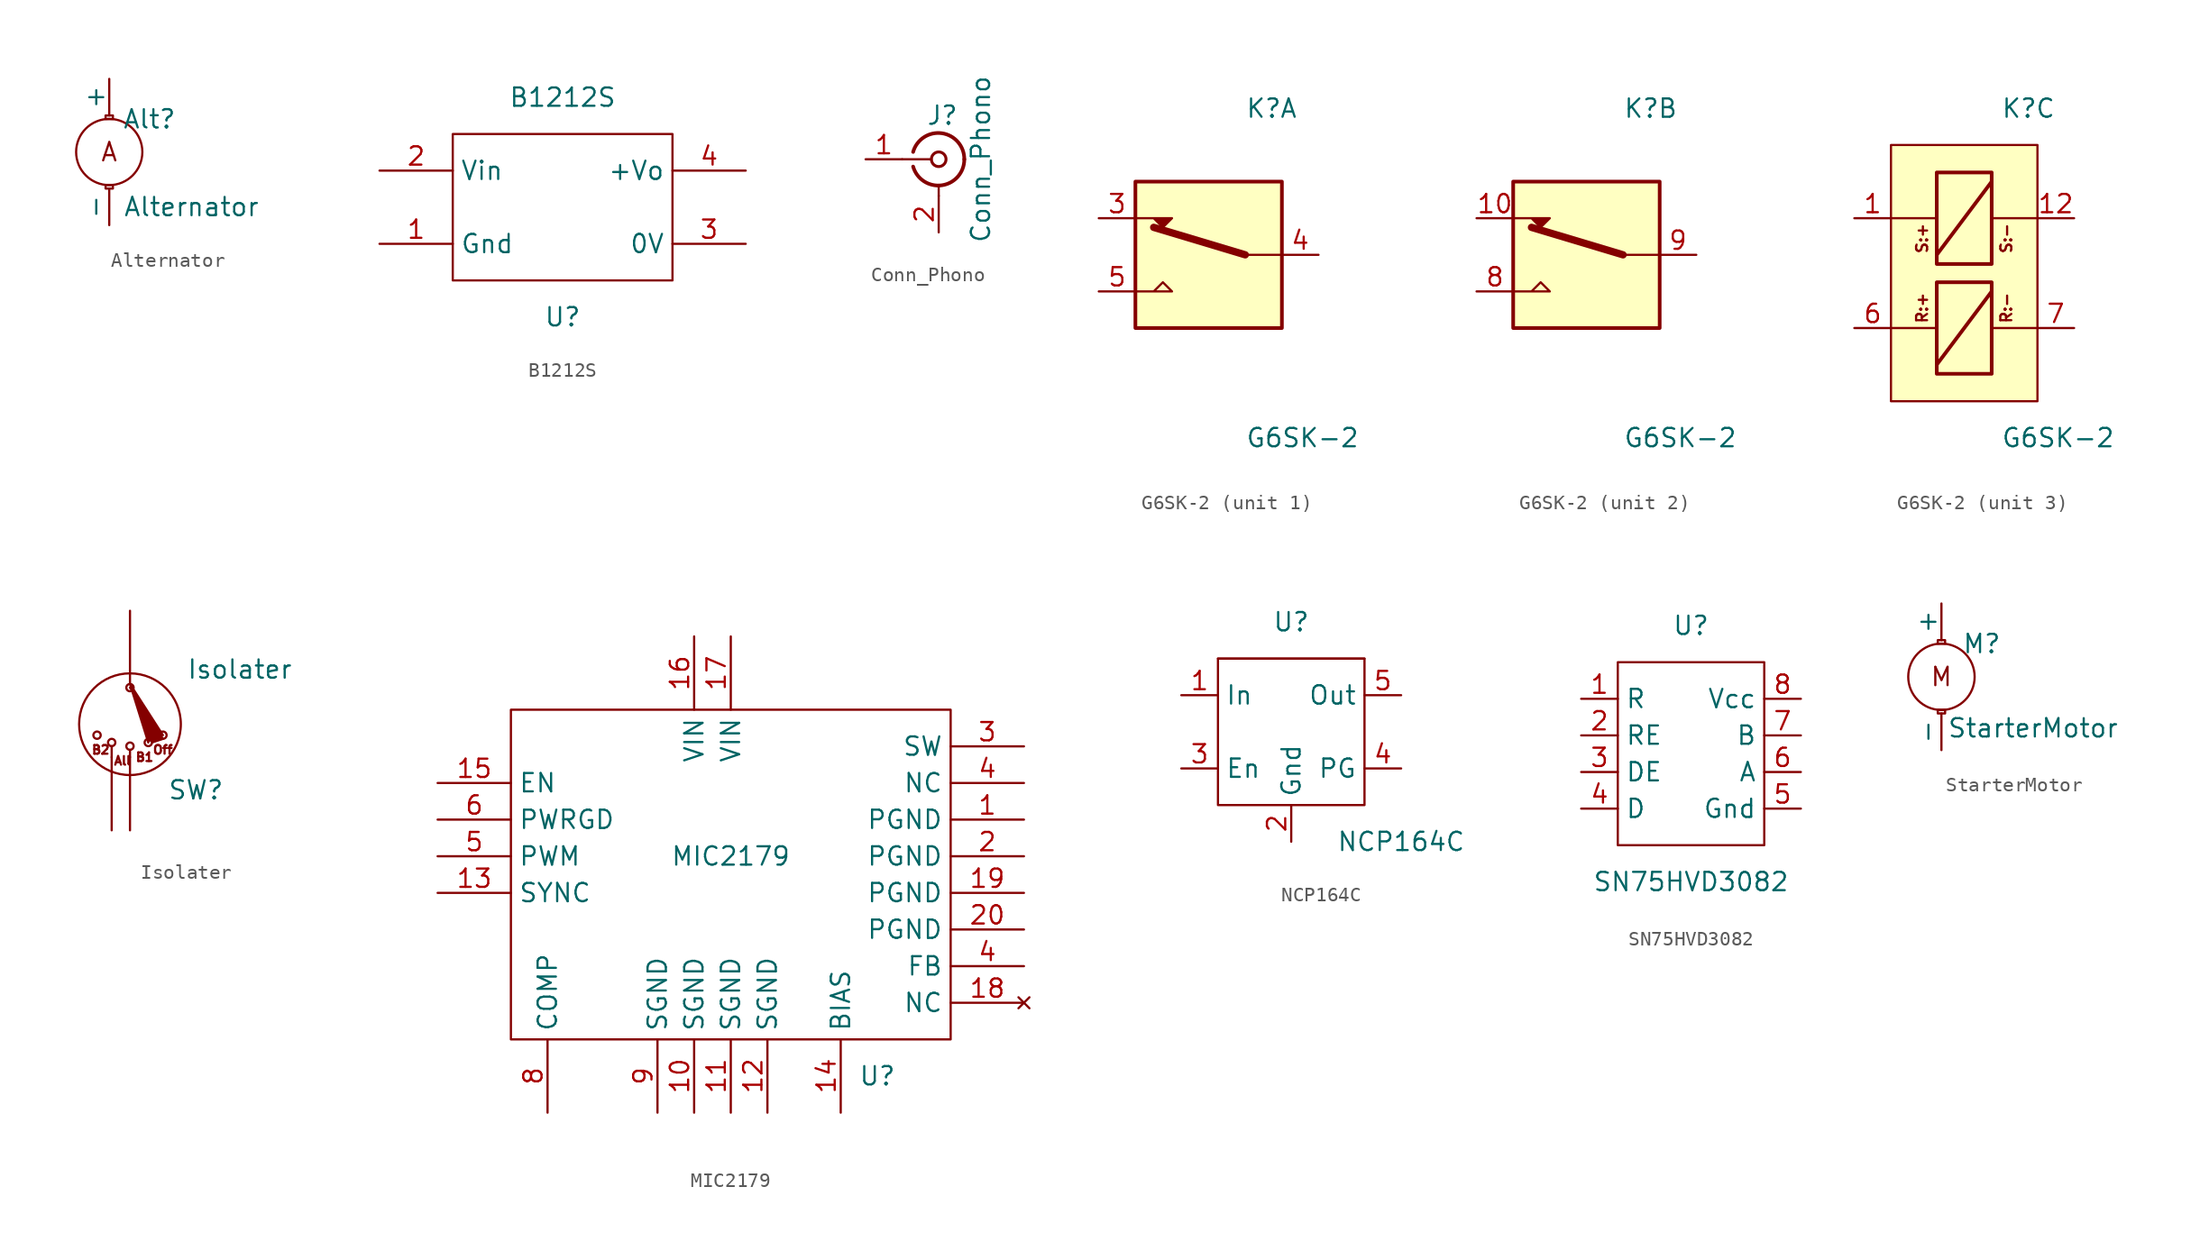
<source format=kicad_sym>
(kicad_symbol_lib
  (version 20211014)
  (generator kicad_symbol_editor)
  (symbol "Alternator"
    (pin_numbers hide)
    (pin_names
      (offset 0))
    (property "Reference" "Alt"
      (at 2.794 2.286 0)
      (effects (font (size 1.27 1.27))))
    (property "Value" "Alternator"
      (at 5.715 -3.81 0)
      (effects (font (size 1.27 1.27))))
    (symbol "Alternator_0_0"
      (rectangle (start -0.254 -2.54) (end 0.254 -2.286) (stroke (width 0) (type default) (color 0 0 0 0)) (fill (type none)))
      (rectangle (start -0.254 2.286) (end 0.254 2.54) (stroke (width 0) (type default) (color 0 0 0 0)) (fill (type none)))
      (circle (center 0 0) (radius 2.3) (stroke (width 0) (type default) (color 0 0 0 0)) (fill (type none)))
      (text "A" (at 0 0 0) (effects (font (size 1.27 1.27)))))
    (symbol "Alternator_1_1"
      (pin passive line (at 0 5.08 270) (length 2.54) (name "+" (effects (font (size 1.27 1.27)))) (number "1" (effects (font (size 1.27 1.27)))))
      (pin passive line (at 0 -5.08 90) (length 2.54) (name "-" (effects (font (size 1.27 1.27)))) (number "2" (effects (font (size 1.27 1.27)))))))
  (symbol "B1212S"
    (property "Reference" "U"
      (at 0 -8.89 0)
      (effects (font (size 1.27 1.27))))
    (property "Value" "B1212S"
      (at 0 6.35 0)
      (effects (font (size 1.27 1.27))))
    (symbol "B1212S_0_1"
      (rectangle (start -7.62 3.81) (end 7.62 -6.35) (stroke (width 0) (type default) (color 0 0 0 0)) (fill (type none))))
    (symbol "B1212S_1_1"
      (pin power_in line (at -12.7 -3.81 0) (length 5.08) (name "Gnd" (effects (font (size 1.27 1.27)))) (number "1" (effects (font (size 1.27 1.27)))))
      (pin power_in line (at -12.7 1.27 0) (length 5.08) (name "Vin" (effects (font (size 1.27 1.27)))) (number "2" (effects (font (size 1.27 1.27)))))
      (pin power_out line (at 12.7 -3.81 180) (length 5.08) (name "0V" (effects (font (size 1.27 1.27)))) (number "3" (effects (font (size 1.27 1.27)))))
      (pin power_out line (at 12.7 1.27 180) (length 5.08) (name "+Vo" (effects (font (size 1.27 1.27)))) (number "4" (effects (font (size 1.27 1.27)))))))
  (symbol "Conn_Phono"
    (pin_names
      (offset 1.016) hide)
    (property "Reference" "J"
      (at 0.254 3.048 0)
      (effects (font (size 1.27 1.27))))
    (property "Value" "Conn_Phono"
      (at 2.921 0 90)
      (effects (font (size 1.27 1.27))))
    (symbol "Conn_Phono_0_1"
      (arc (start -1.778 -0.508) (mid 0.222 -1.808) (end 1.778 0) (stroke (width 0.254) (type default) (color 0 0 0 0)) (fill (type none)))
      (polyline (pts (xy -2.54 0) (xy -0.508 0)) (stroke (width 0) (type default) (color 0 0 0 0)) (fill (type none)))
      (polyline (pts (xy 0 -2.54) (xy 0 -1.778)) (stroke (width 0) (type default) (color 0 0 0 0)) (fill (type none)))
      (circle (center 0 0) (radius 0.508) (stroke (width 0.203) (type default) (color 0 0 0 0)) (fill (type none)))
      (arc (start 1.778 0) (mid 0.222 1.8083) (end -1.778 0.508) (stroke (width 0.254) (type default) (color 0 0 0 0)) (fill (type none))))
    (symbol "Conn_Phono_1_1"
      (pin passive line (at -5.08 0 0) (length 2.54) (name "In" (effects (font (size 1.27 1.27)))) (number "1" (effects (font (size 1.27 1.27)))))
      (pin passive line (at 0 -5.08 90) (length 2.54) (name "Ext" (effects (font (size 1.27 1.27)))) (number "2" (effects (font (size 1.27 1.27)))))))
  (symbol "G6SK-2"
    (property "Reference" "K"
      (at 2.54 10.16 0)
      (effects (font (size 1.27 1.27)) (justify left)))
    (property "Value" "G6SK-2"
      (at 2.54 -12.7 0)
      (effects (font (size 1.27 1.27)) (justify left)))
    (property "ki_locked" ""
      (at 0 0 0)
      (effects (font (size 1.27 1.27))))
    (symbol "G6SK-2_1_1"
      (rectangle (start -5.08 5.08) (end 5.08 -5.08) (stroke (width 0.254) (type default) (color 0 0 0 0)) (fill (type background)))
      (polyline (pts (xy 2.54 0) (xy -3.81 1.905)) (stroke (width 0.508) (type default) (color 0 0 0 0)) (fill (type none)))
      (polyline (pts (xy 2.54 0) (xy 5.08 0)) (stroke (width 0) (type default) (color 0 0 0 0)) (fill (type none)))
      (polyline (pts (xy -5.08 -2.54) (xy -2.54 -2.54) (xy -3.175 -1.905) (xy -3.81 -2.54)) (stroke (width 0) (type default) (color 0 0 0 0)) (fill (type none)))
      (polyline (pts (xy -5.08 2.54) (xy -2.54 2.54) (xy -3.175 1.905) (xy -3.81 2.54)) (stroke (width 0) (type default) (color 0 0 0 0)) (fill (type outline)))
      (pin passive line (at -7.62 2.54 0) (length 2.54) (name "~" (effects (font (size 1.27 1.27)))) (number "3" (effects (font (size 1.27 1.27)))))
      (pin passive line (at 7.62 0 180) (length 2.54) (name "~" (effects (font (size 1.27 1.27)))) (number "4" (effects (font (size 1.27 1.27)))))
      (pin passive line (at -7.62 -2.54 0) (length 2.54) (name "~" (effects (font (size 1.27 1.27)))) (number "5" (effects (font (size 1.27 1.27))))))
    (symbol "G6SK-2_2_1"
      (rectangle (start -5.08 5.08) (end 5.08 -5.08) (stroke (width 0.254) (type default) (color 0 0 0 0)) (fill (type background)))
      (polyline (pts (xy 2.54 0) (xy -3.81 1.905)) (stroke (width 0.508) (type default) (color 0 0 0 0)) (fill (type none)))
      (polyline (pts (xy 2.54 0) (xy 5.08 0)) (stroke (width 0) (type default) (color 0 0 0 0)) (fill (type none)))
      (polyline (pts (xy -5.08 -2.54) (xy -2.54 -2.54) (xy -3.175 -1.905) (xy -3.81 -2.54)) (stroke (width 0) (type default) (color 0 0 0 0)) (fill (type none)))
      (polyline (pts (xy -5.08 2.54) (xy -2.54 2.54) (xy -3.175 1.905) (xy -3.81 2.54)) (stroke (width 0) (type default) (color 0 0 0 0)) (fill (type outline)))
      (pin passive line (at -7.62 2.54 0) (length 2.54) (name "~" (effects (font (size 1.27 1.27)))) (number "10" (effects (font (size 1.27 1.27)))))
      (pin passive line (at -7.62 -2.54 0) (length 2.54) (name "~" (effects (font (size 1.27 1.27)))) (number "8" (effects (font (size 1.27 1.27)))))
      (pin passive line (at 7.62 0 180) (length 2.54) (name "~" (effects (font (size 1.27 1.27)))) (number "9" (effects (font (size 1.27 1.27))))))
    (symbol "G6SK-2_3_0"
      (text "R:+" (at -2.921 -3.683 900) (effects (font (size 0.762 0.762))))
      (text "R:-" (at 2.921 -3.683 900) (effects (font (size 0.762 0.762))))
      (text "S:+" (at -2.921 1.143 900) (effects (font (size 0.762 0.762))))
      (text "S:-" (at 2.921 1.143 900) (effects (font (size 0.762 0.762)))))
    (symbol "G6SK-2_3_1"
      (rectangle (start -5.08 7.62) (end 5.08 -10.16) (stroke (width 0) (type default) (color 0 0 0 0)) (fill (type background)))
      (polyline (pts (xy -5.08 -5.08) (xy -1.905 -5.08)) (stroke (width 0) (type default) (color 0 0 0 0)) (fill (type none)))
      (polyline (pts (xy -5.08 2.54) (xy -1.905 2.54)) (stroke (width 0) (type default) (color 0 0 0 0)) (fill (type none)))
      (polyline (pts (xy 1.905 -2.54) (xy -1.905 -7.62)) (stroke (width 0.254) (type default) (color 0 0 0 0)) (fill (type none)))
      (polyline (pts (xy 1.905 5.08) (xy -1.905 0)) (stroke (width 0.254) (type default) (color 0 0 0 0)) (fill (type none)))
      (polyline (pts (xy 5.08 -5.08) (xy 1.905 -5.08)) (stroke (width 0) (type default) (color 0 0 0 0)) (fill (type none)))
      (polyline (pts (xy 5.08 2.54) (xy 1.905 2.54)) (stroke (width 0) (type default) (color 0 0 0 0)) (fill (type none)))
      (rectangle (start 1.905 -8.255) (end -1.905 -1.905) (stroke (width 0.254) (type default) (color 0 0 0 0)) (fill (type none)))
      (rectangle (start 1.905 -0.635) (end -1.905 5.715) (stroke (width 0.254) (type default) (color 0 0 0 0)) (fill (type none)))
      (pin passive line (at -7.62 2.54 0) (length 2.54) (name "~" (effects (font (size 1.27 1.27)))) (number "1" (effects (font (size 1.27 1.27)))))
      (pin passive line (at 7.62 2.54 180) (length 2.54) (name "~" (effects (font (size 1.27 1.27)))) (number "12" (effects (font (size 1.27 1.27)))))
      (pin passive line (at -7.62 -5.08 0) (length 2.54) (name "~" (effects (font (size 1.27 1.27)))) (number "6" (effects (font (size 1.27 1.27)))))
      (pin passive line (at 7.62 -5.08 180) (length 2.54) (name "~" (effects (font (size 1.27 1.27)))) (number "7" (effects (font (size 1.27 1.27)))))))
  (symbol "Isolater"
    (pin_numbers hide)
    (pin_names hide)
    (property "Reference" "SW"
      (at 4.572 -4.826 0)
      (effects (font (size 1.27 1.27))))
    (property "Value" "Isolater"
      (at 7.62 3.556 0)
      (effects (font (size 1.27 1.27))))
    (symbol "Isolater_0_0"
      (circle (center 0 -0.254) (radius 3.529) (stroke (width 0) (type default) (color 0 0 0 0)) (fill (type none)))
      (text "All" (at -0.508 -2.794 0) (effects (font (size 0.6 0.6))))
      (text "B1" (at 1.016 -2.54 0) (effects (font (size 0.6 0.6))))
      (text "B2" (at -2.032 -2.032 0) (effects (font (size 0.6 0.6))))
      (text "Off" (at 2.286 -2.032 0) (effects (font (size 0.6 0.6)))))
    (symbol "Isolater_0_1"
      (circle (center -2.286 -1.016) (radius 0.254) (stroke (width 0) (type default) (color 0 0 0 0)) (fill (type none)))
      (circle (center -1.27 -1.524) (radius 0.254) (stroke (width 0) (type default) (color 0 0 0 0)) (fill (type none)))
      (circle (center 0 -1.778) (radius 0.254) (stroke (width 0) (type default) (color 0 0 0 0)) (fill (type none)))
      (polyline (pts (xy -1.27 -2.54) (xy -1.27 -1.778)) (stroke (width 0) (type default) (color 0 0 0 0)) (fill (type none)))
      (polyline (pts (xy 0 -2.54) (xy 0 -2.032)) (stroke (width 0) (type default) (color 0 0 0 0)) (fill (type none)))
      (polyline (pts (xy 0 2.286) (xy 2.286 -1.27) (xy 1.524 -1.524)) (stroke (width 0) (type default) (color 0 0 0 0)) (fill (type outline)))
      (polyline (pts (xy 1.27 -1.524) (xy 0 2.54) (xy 2.286 -1.016)) (stroke (width 0) (type default) (color 0 0 0 0)) (fill (type outline)))
      (circle (center 0 2.286) (radius 0.254) (stroke (width 0) (type default) (color 0 0 0 0)) (fill (type none)))
      (circle (center 1.27 -1.524) (radius 0.254) (stroke (width 0) (type default) (color 0 0 0 0)) (fill (type none)))
      (circle (center 2.286 -1.016) (radius 0.254) (stroke (width 0) (type default) (color 0 0 0 0)) (fill (type none)))
      (pin passive line (at 0 -7.62 90) (length 5.08) (name "B1" (effects (font (size 1.27 1.27)))) (number "1" (effects (font (size 1.27 1.27)))))
      (pin passive line (at -1.27 -7.62 90) (length 5.08) (name "B2" (effects (font (size 1.27 1.27)))) (number "2" (effects (font (size 1.27 1.27)))))
      (pin passive line (at 0 7.62 270) (length 5.08) (name "Out" (effects (font (size 1.27 1.27)))) (number "3" (effects (font (size 1.27 1.27)))))))
  (symbol "MIC2179"
    (property "Reference" "U"
      (at 10.16 -12.7 0)
      (effects (font (size 1.27 1.27))))
    (property "Value" "MIC2179"
      (at 0 2.54 0)
      (effects (font (size 1.27 1.27))))
    (symbol "MIC2179_0_1"
      (rectangle (start -15.24 12.7) (end 15.24 -10.16) (stroke (width 0) (type default) (color 0 0 0 0)) (fill (type none))))
    (symbol "MIC2179_1_1"
      (pin power_out line (at 20.32 5.08 180) (length 5.08) (name "PGND" (effects (font (size 1.27 1.27)))) (number "1" (effects (font (size 1.27 1.27)))))
      (pin power_in line (at -2.54 -15.24 90) (length 5.08) (name "SGND" (effects (font (size 1.27 1.27)))) (number "10" (effects (font (size 1.27 1.27)))))
      (pin power_in line (at 0 -15.24 90) (length 5.08) (name "SGND" (effects (font (size 1.27 1.27)))) (number "11" (effects (font (size 1.27 1.27)))))
      (pin power_in line (at 2.54 -15.24 90) (length 5.08) (name "SGND" (effects (font (size 1.27 1.27)))) (number "12" (effects (font (size 1.27 1.27)))))
      (pin input line (at -20.32 0 0) (length 5.08) (name "SYNC" (effects (font (size 1.27 1.27)))) (number "13" (effects (font (size 1.27 1.27)))))
      (pin input line (at 7.62 -15.24 90) (length 5.08) (name "BIAS" (effects (font (size 1.27 1.27)))) (number "14" (effects (font (size 1.27 1.27)))))
      (pin input line (at -20.32 7.62 0) (length 5.08) (name "EN" (effects (font (size 1.27 1.27)))) (number "15" (effects (font (size 1.27 1.27)))))
      (pin power_in line (at -2.54 17.78 270) (length 5.08) (name "VIN" (effects (font (size 1.27 1.27)))) (number "16" (effects (font (size 1.27 1.27)))))
      (pin power_in line (at 0 17.78 270) (length 5.08) (name "VIN" (effects (font (size 1.27 1.27)))) (number "17" (effects (font (size 1.27 1.27)))))
      (pin no_connect line (at 20.32 -7.62 180) (length 5.08) (name "NC" (effects (font (size 1.27 1.27)))) (number "18" (effects (font (size 1.27 1.27)))))
      (pin power_out line (at 20.32 0 180) (length 5.08) (name "PGND" (effects (font (size 1.27 1.27)))) (number "19" (effects (font (size 1.27 1.27)))))
      (pin power_out line (at 20.32 2.54 180) (length 5.08) (name "PGND" (effects (font (size 1.27 1.27)))) (number "2" (effects (font (size 1.27 1.27)))))
      (pin power_out line (at 20.32 -2.54 180) (length 5.08) (name "PGND" (effects (font (size 1.27 1.27)))) (number "20" (effects (font (size 1.27 1.27)))))
      (pin power_out line (at 20.32 10.16 180) (length 5.08) (name "SW" (effects (font (size 1.27 1.27)))) (number "3" (effects (font (size 1.27 1.27)))))
      (pin input line (at 20.32 -5.08 180) (length 5.08) (name "FB" (effects (font (size 1.27 1.27)))) (number "4" (effects (font (size 1.27 1.27)))))
      (pin passive line (at 20.32 7.62 180) (length 5.08) (name "NC" (effects (font (size 1.27 1.27)))) (number "4" (effects (font (size 1.27 1.27)))))
      (pin input line (at -20.32 2.54 0) (length 5.08) (name "PWM" (effects (font (size 1.27 1.27)))) (number "5" (effects (font (size 1.27 1.27)))))
      (pin input line (at -20.32 5.08 0) (length 5.08) (name "PWRGD" (effects (font (size 1.27 1.27)))) (number "6" (effects (font (size 1.27 1.27)))))
      (pin input line (at -12.7 -15.24 90) (length 5.08) (name "COMP" (effects (font (size 1.27 1.27)))) (number "8" (effects (font (size 1.27 1.27)))))
      (pin power_in line (at -5.08 -15.24 90) (length 5.08) (name "SGND" (effects (font (size 1.27 1.27)))) (number "9" (effects (font (size 1.27 1.27)))))))
  (symbol "NCP164C"
    (property "Reference" "U"
      (at 0 7.62 0)
      (effects (font (size 1.27 1.27))))
    (property "Value" "NCP164C"
      (at 7.62 -7.62 0)
      (effects (font (size 1.27 1.27))))
    (symbol "NCP164C_0_1"
      (rectangle (start -5.08 5.08) (end 5.08 5.08) (stroke (width 0) (type default) (color 0 0 0 0)) (fill (type none)))
      (rectangle (start 5.08 5.08) (end -5.08 -5.08) (stroke (width 0) (type default) (color 0 0 0 0)) (fill (type none))))
    (symbol "NCP164C_1_1"
      (pin input line (at -7.62 2.54 0) (length 2.54) (name "In" (effects (font (size 1.27 1.27)))) (number "1" (effects (font (size 1.27 1.27)))))
      (pin input line (at 0 -7.62 90) (length 2.54) (name "Gnd" (effects (font (size 1.27 1.27)))) (number "2" (effects (font (size 1.27 1.27)))))
      (pin input line (at -7.62 -2.54 0) (length 2.54) (name "En" (effects (font (size 1.27 1.27)))) (number "3" (effects (font (size 1.27 1.27)))))
      (pin output line (at 7.62 -2.54 180) (length 2.54) (name "PG" (effects (font (size 1.27 1.27)))) (number "4" (effects (font (size 1.27 1.27)))))
      (pin output line (at 7.62 2.54 180) (length 2.54) (name "Out" (effects (font (size 1.27 1.27)))) (number "5" (effects (font (size 1.27 1.27)))))))
  (symbol "SN75HVD3082"
    (property "Reference" "U"
      (at 0 7.62 0)
      (effects (font (size 1.27 1.27))))
    (property "Value" "SN75HVD3082"
      (at 0 -10.16 0)
      (effects (font (size 1.27 1.27))))
    (symbol "SN75HVD3082_0_1"
      (rectangle (start -5.08 5.08) (end 5.08 -7.62) (stroke (width 0) (type default) (color 0 0 0 0)) (fill (type none))))
    (symbol "SN75HVD3082_1_1"
      (pin output line (at -7.62 2.54 0) (length 2.54) (name "R" (effects (font (size 1.27 1.27)))) (number "1" (effects (font (size 1.27 1.27)))))
      (pin input line (at -7.62 0 0) (length 2.54) (name "RE" (effects (font (size 1.27 1.27)))) (number "2" (effects (font (size 1.27 1.27)))))
      (pin input line (at -7.62 -2.54 0) (length 2.54) (name "DE" (effects (font (size 1.27 1.27)))) (number "3" (effects (font (size 1.27 1.27)))))
      (pin input line (at -7.62 -5.08 0) (length 2.54) (name "D" (effects (font (size 1.27 1.27)))) (number "4" (effects (font (size 1.27 1.27)))))
      (pin power_in line (at 7.62 -5.08 180) (length 2.54) (name "Gnd" (effects (font (size 1.27 1.27)))) (number "5" (effects (font (size 1.27 1.27)))))
      (pin bidirectional line (at 7.62 -2.54 180) (length 2.54) (name "A" (effects (font (size 1.27 1.27)))) (number "6" (effects (font (size 1.27 1.27)))))
      (pin input line (at 7.62 0 180) (length 2.54) (name "B" (effects (font (size 1.27 1.27)))) (number "7" (effects (font (size 1.27 1.27)))))
      (pin power_in line (at 7.62 2.54 180) (length 2.54) (name "Vcc" (effects (font (size 1.27 1.27)))) (number "8" (effects (font (size 1.27 1.27)))))))
  (symbol "StarterMotor"
    (pin_numbers hide)
    (pin_names
      (offset 0))
    (property "Reference" "M"
      (at 2.794 2.286 0)
      (effects (font (size 1.27 1.27))))
    (property "Value" "StarterMotor"
      (at 6.35 -3.556 0)
      (effects (font (size 1.27 1.27))))
    (symbol "StarterMotor_0_0"
      (rectangle (start -0.254 -2.54) (end 0.254 -2.286) (stroke (width 0) (type default) (color 0 0 0 0)) (fill (type none)))
      (rectangle (start -0.254 2.286) (end 0.254 2.54) (stroke (width 0) (type default) (color 0 0 0 0)) (fill (type none)))
      (circle (center 0 0) (radius 2.3) (stroke (width 0) (type default) (color 0 0 0 0)) (fill (type none)))
      (text "M" (at 0 0 0) (effects (font (size 1.27 1.27)))))
    (symbol "StarterMotor_1_1"
      (pin passive line (at 0 5.08 270) (length 2.54) (name "+" (effects (font (size 1.27 1.27)))) (number "1" (effects (font (size 1.27 1.27)))))
      (pin passive line (at 0 -5.08 90) (length 2.54) (name "-" (effects (font (size 1.27 1.27)))) (number "2" (effects (font (size 1.27 1.27))))))))
</source>
